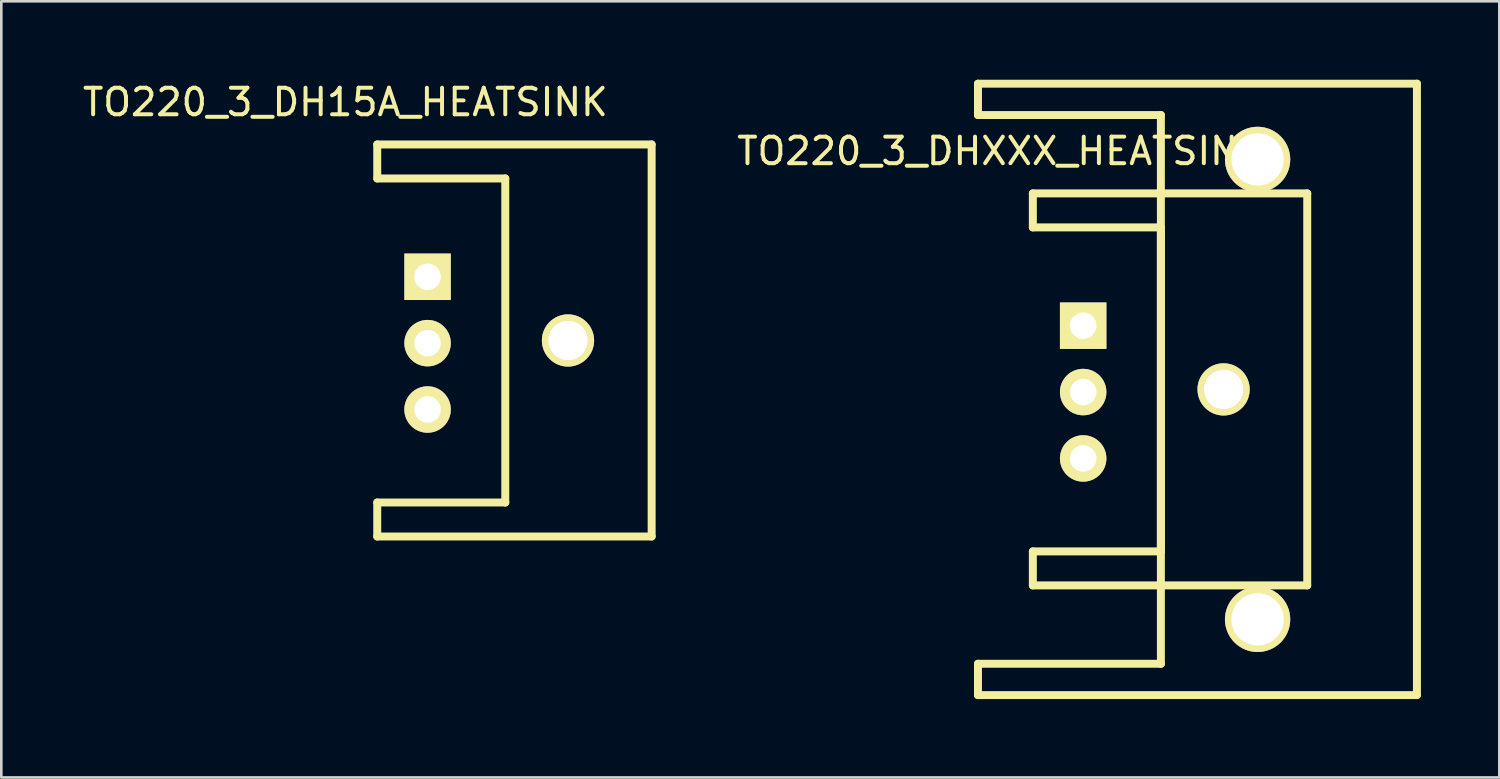
<source format=kicad_pcb>
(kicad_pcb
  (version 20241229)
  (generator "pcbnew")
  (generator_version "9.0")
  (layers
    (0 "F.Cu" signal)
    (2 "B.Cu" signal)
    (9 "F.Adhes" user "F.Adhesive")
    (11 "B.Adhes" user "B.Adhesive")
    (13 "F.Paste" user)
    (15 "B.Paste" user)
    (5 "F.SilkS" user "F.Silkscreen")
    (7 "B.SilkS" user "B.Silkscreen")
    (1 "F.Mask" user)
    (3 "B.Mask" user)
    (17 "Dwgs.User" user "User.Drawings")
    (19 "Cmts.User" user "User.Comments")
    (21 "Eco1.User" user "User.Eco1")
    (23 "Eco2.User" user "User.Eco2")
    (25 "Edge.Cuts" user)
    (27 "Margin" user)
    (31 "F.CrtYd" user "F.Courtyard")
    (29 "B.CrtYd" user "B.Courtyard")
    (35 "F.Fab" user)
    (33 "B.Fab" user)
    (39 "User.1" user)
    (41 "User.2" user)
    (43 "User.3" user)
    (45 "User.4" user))
  (footprint "TO220_3_DH15A_HEATSINK"
    (layer "F.Cu")
    (at 16.287 9.98)
    (property "Reference" "TO220_3_DH15A_HEATSINK" (at -6.121 -9.119 0) (layer "F.SilkS") (effects (font (size 1.016 1.016) (thickness 0.152))))
    (attr through_hole)
    (fp_line (start -4.9 -7.501) (end 5.601 -7.501) (stroke (width 0.305) (type solid)) (layer "F.SilkS"))
    (fp_line (start -4.9 -6.2) (end -4.9 -7.501) (stroke (width 0.305) (type solid)) (layer "F.SilkS"))
    (fp_line (start -4.9 6.2) (end 0 6.2) (stroke (width 0.305) (type solid)) (layer "F.SilkS"))
    (fp_line (start -4.9 7.501) (end -4.9 6.2) (stroke (width 0.305) (type solid)) (layer "F.SilkS"))
    (fp_line (start 0 -6.2) (end -4.9 -6.2) (stroke (width 0.305) (type solid)) (layer "F.SilkS"))
    (fp_line (start 0 6.2) (end 0 -6.2) (stroke (width 0.305) (type solid)) (layer "F.SilkS"))
    (fp_line (start 5.601 -7.501) (end 5.601 7.501) (stroke (width 0.305) (type solid)) (layer "F.SilkS"))
    (fp_line (start 5.601 7.501) (end -4.9 7.501) (stroke (width 0.305) (type solid)) (layer "F.SilkS"))
    (pad "" thru_hole circle (at 2.4 0) (size 1.999 1.999) (drill 1.501) (layers "*.Mask" "B.Cu" "F.SilkS"))
    (pad "1" thru_hole rect (at -2.974 -2.438) (size 1.778 1.778) (drill 1.016) (layers "*.Cu" "*.Mask" "F.SilkS"))
    (pad "2" thru_hole circle (at -2.974 0.102) (size 1.778 1.778) (drill 1.016) (layers "*.Cu" "*.Mask" "F.SilkS"))
    (pad "3" thru_hole circle (at -2.974 2.642) (size 1.778 1.778) (drill 1.016) (layers "*.Cu" "*.Mask" "F.SilkS")))
  (footprint "TO220_3_DHXXX_HEATSINK"
    (layer "F.Cu")
    (at 41.376 11.852)
    (property "Reference" "TO220_3_DHXXX_HEATSINK" (at -6.121 -9.119 0) (layer "F.SilkS") (effects (font (size 1.016 1.016) (thickness 0.152))))
    (attr through_hole)
    (fp_line (start -7 -11.699) (end -7 -10.5) (stroke (width 0.305) (type solid)) (layer "F.SilkS"))
    (fp_line (start -7 -11.699) (end 9.799 -11.699) (stroke (width 0.305) (type solid)) (layer "F.SilkS"))
    (fp_line (start -7 -10.5) (end 0 -10.5) (stroke (width 0.305) (type solid)) (layer "F.SilkS"))
    (fp_line (start -7 10.5) (end -7 11.699) (stroke (width 0.305) (type solid)) (layer "F.SilkS"))
    (fp_line (start -7 10.5) (end 0 10.5) (stroke (width 0.305) (type solid)) (layer "F.SilkS"))
    (fp_line (start -4.9 -7.501) (end 5.601 -7.501) (stroke (width 0.305) (type solid)) (layer "F.SilkS"))
    (fp_line (start -4.9 -6.2) (end -4.9 -7.501) (stroke (width 0.305) (type solid)) (layer "F.SilkS"))
    (fp_line (start -4.9 6.2) (end 0 6.2) (stroke (width 0.305) (type solid)) (layer "F.SilkS"))
    (fp_line (start -4.9 7.501) (end -4.9 6.2) (stroke (width 0.305) (type solid)) (layer "F.SilkS"))
    (fp_line (start 0 -10.5) (end 0 10.5) (stroke (width 0.305) (type solid)) (layer "F.SilkS"))
    (fp_line (start 0 -6.2) (end -4.9 -6.2) (stroke (width 0.305) (type solid)) (layer "F.SilkS"))
    (fp_line (start 0 6.2) (end 0 -6.2) (stroke (width 0.305) (type solid)) (layer "F.SilkS"))
    (fp_line (start 5.601 -7.501) (end 5.601 7.501) (stroke (width 0.305) (type solid)) (layer "F.SilkS"))
    (fp_line (start 5.601 7.501) (end -4.9 7.501) (stroke (width 0.305) (type solid)) (layer "F.SilkS"))
    (fp_line (start 9.799 -11.699) (end 9.799 11.699) (stroke (width 0.305) (type solid)) (layer "F.SilkS"))
    (fp_line (start 9.799 11.699) (end -7 11.699) (stroke (width 0.305) (type solid)) (layer "F.SilkS"))
    (pad "" thru_hole circle (at 2.4 0) (size 1.999 1.999) (drill 1.501) (layers "*.Mask" "B.Cu" "F.SilkS"))
    (pad "" thru_hole circle (at 3.701 -8.801) (size 2.499 2.499) (drill 1.999) (layers "*.Mask" "B.Cu" "F.SilkS"))
    (pad "" thru_hole circle (at 3.701 8.801) (size 2.499 2.499) (drill 1.999) (layers "*.Mask" "B.Cu" "F.SilkS"))
    (pad "1" thru_hole rect (at -2.974 -2.438) (size 1.778 1.778) (drill 1.016) (layers "*.Cu" "*.Mask" "F.SilkS"))
    (pad "2" thru_hole circle (at -2.974 0.102) (size 1.778 1.778) (drill 1.016) (layers "*.Cu" "*.Mask" "F.SilkS"))
    (pad "3" thru_hole circle (at -2.974 2.642) (size 1.778 1.778) (drill 1.016) (layers "*.Cu" "*.Mask" "F.SilkS")))
  (gr_rect
    (start -3 -3)
    (end 54.328 26.703)
    (stroke (width 0.1) (type default))
    (fill no)
    (layer "Edge.Cuts")))
</source>
